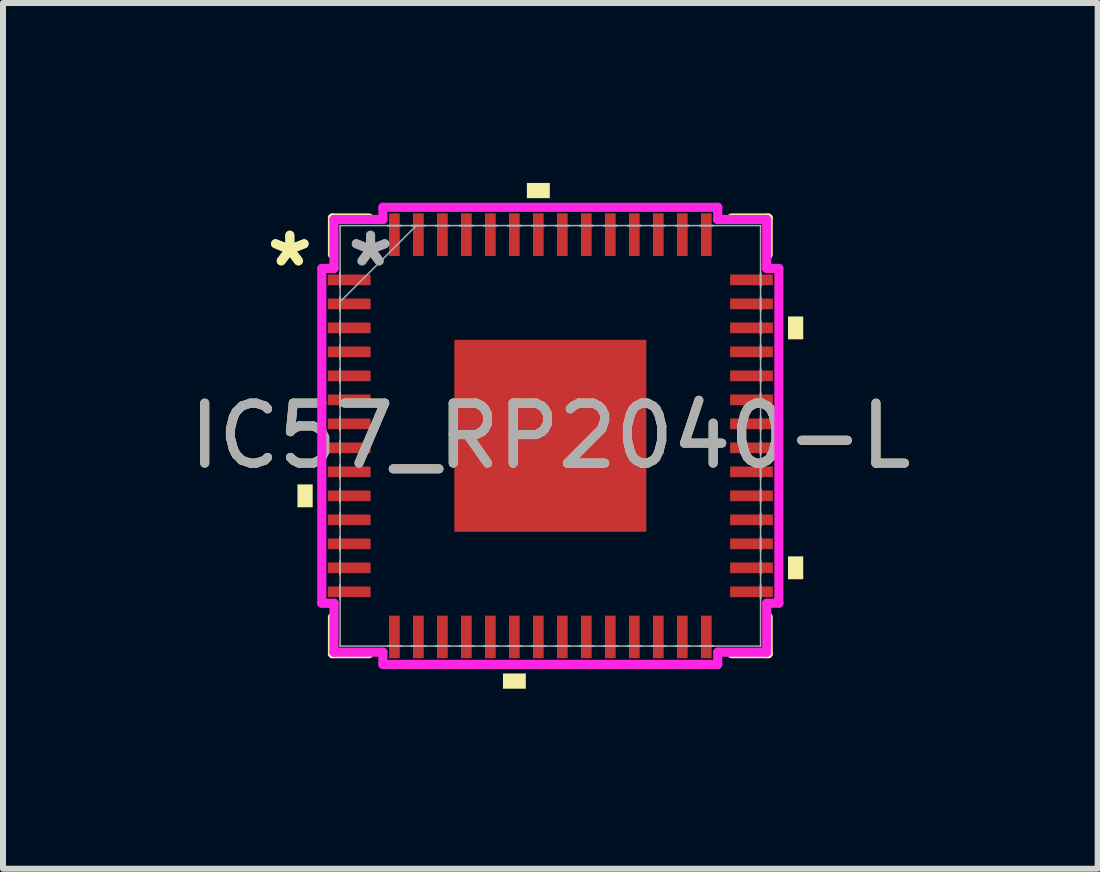
<source format=kicad_pcb>
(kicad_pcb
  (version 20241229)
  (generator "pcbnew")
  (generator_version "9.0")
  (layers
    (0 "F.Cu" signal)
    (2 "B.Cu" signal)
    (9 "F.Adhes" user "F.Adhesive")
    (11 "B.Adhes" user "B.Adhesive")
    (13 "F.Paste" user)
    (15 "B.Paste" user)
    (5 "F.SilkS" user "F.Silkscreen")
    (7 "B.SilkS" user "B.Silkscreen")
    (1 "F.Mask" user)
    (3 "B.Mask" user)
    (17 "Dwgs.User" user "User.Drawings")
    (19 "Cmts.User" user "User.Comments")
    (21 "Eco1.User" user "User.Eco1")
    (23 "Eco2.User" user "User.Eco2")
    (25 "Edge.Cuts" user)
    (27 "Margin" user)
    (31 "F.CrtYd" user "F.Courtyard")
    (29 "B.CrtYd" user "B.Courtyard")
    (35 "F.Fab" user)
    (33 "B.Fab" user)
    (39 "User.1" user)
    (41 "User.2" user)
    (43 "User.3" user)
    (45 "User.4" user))
  (footprint "IC57_RP2040-L"
    (layer "F.Cu")
    (at 6.125 4.216)
    (property "Reference" "IC57_RP2040-L" (at 0 0 0) (unlocked yes) (layer "F.SilkS") (effects (font (size 1 1) (thickness 0.15))))
    (attr smd)
    (fp_line (start -3.632 -3.632) (end -3.632 -3.022) (stroke (width 0.152) (type solid)) (layer "F.SilkS"))
    (fp_line (start -3.632 3.022) (end -3.632 3.632) (stroke (width 0.152) (type solid)) (layer "F.SilkS"))
    (fp_line (start -3.632 3.632) (end -3.022 3.632) (stroke (width 0.152) (type solid)) (layer "F.SilkS"))
    (fp_line (start -3.022 -3.632) (end -3.632 -3.632) (stroke (width 0.152) (type solid)) (layer "F.SilkS"))
    (fp_line (start 3.022 3.632) (end 3.632 3.632) (stroke (width 0.152) (type solid)) (layer "F.SilkS"))
    (fp_line (start 3.632 -3.632) (end 3.022 -3.632) (stroke (width 0.152) (type solid)) (layer "F.SilkS"))
    (fp_line (start 3.632 -3.022) (end 3.632 -3.632) (stroke (width 0.152) (type solid)) (layer "F.SilkS"))
    (fp_line (start 3.632 3.632) (end 3.632 3.022) (stroke (width 0.152) (type solid)) (layer "F.SilkS"))
    (fp_poly (pts (xy -4.216 0.81) (xy -4.216 1.191) (xy -3.962 1.191) (xy -3.962 0.81)) (stroke (width 0) (type solid)) (fill yes) (layer "F.SilkS"))
    (fp_poly (pts (xy -0.79 3.962) (xy -0.79 4.216) (xy -0.409 4.216) (xy -0.409 3.962)) (stroke (width 0) (type solid)) (fill yes) (layer "F.SilkS"))
    (fp_poly (pts (xy -0.391 -3.962) (xy -0.391 -4.216) (xy -0.009 -4.216) (xy -0.009 -3.962)) (stroke (width 0) (type solid)) (fill yes) (layer "F.SilkS"))
    (fp_poly (pts (xy 4.216 -1.99) (xy 4.216 -1.609) (xy 3.962 -1.609) (xy 3.962 -1.99)) (stroke (width 0) (type solid)) (fill yes) (layer "F.SilkS"))
    (fp_poly (pts (xy 4.216 2.01) (xy 4.216 2.391) (xy 3.962 2.391) (xy 3.962 2.01)) (stroke (width 0) (type solid)) (fill yes) (layer "F.SilkS"))
    (fp_poly (pts (xy -1.5 -1.5) (xy -1.5 -0.1) (xy -0.1 -0.1) (xy -0.1 -1.5)) (stroke (width 0) (type solid)) (fill yes) (layer "F.Paste"))
    (fp_poly (pts (xy -1.5 0.1) (xy -1.5 1.5) (xy -0.1 1.5) (xy -0.1 0.1)) (stroke (width 0) (type solid)) (fill yes) (layer "F.Paste"))
    (fp_poly (pts (xy 0.1 -1.5) (xy 0.1 -0.1) (xy 1.5 -0.1) (xy 1.5 -1.5)) (stroke (width 0) (type solid)) (fill yes) (layer "F.Paste"))
    (fp_poly (pts (xy 0.1 0.1) (xy 0.1 1.5) (xy 1.5 1.5) (xy 1.5 0.1)) (stroke (width 0) (type solid)) (fill yes) (layer "F.Paste"))
    (fp_line (start -3.81 -2.791) (end -3.607 -2.791) (stroke (width 0.152) (type solid)) (layer "F.CrtYd"))
    (fp_line (start -3.81 2.791) (end -3.81 -2.791) (stroke (width 0.152) (type solid)) (layer "F.CrtYd"))
    (fp_line (start -3.607 -3.607) (end -2.791 -3.607) (stroke (width 0.152) (type solid)) (layer "F.CrtYd"))
    (fp_line (start -3.607 -2.791) (end -3.607 -3.607) (stroke (width 0.152) (type solid)) (layer "F.CrtYd"))
    (fp_line (start -3.607 2.791) (end -3.81 2.791) (stroke (width 0.152) (type solid)) (layer "F.CrtYd"))
    (fp_line (start -3.607 3.607) (end -3.607 2.791) (stroke (width 0.152) (type solid)) (layer "F.CrtYd"))
    (fp_line (start -2.791 -3.81) (end 2.791 -3.81) (stroke (width 0.152) (type solid)) (layer "F.CrtYd"))
    (fp_line (start -2.791 -3.607) (end -2.791 -3.81) (stroke (width 0.152) (type solid)) (layer "F.CrtYd"))
    (fp_line (start -2.791 3.607) (end -3.607 3.607) (stroke (width 0.152) (type solid)) (layer "F.CrtYd"))
    (fp_line (start -2.791 3.81) (end -2.791 3.607) (stroke (width 0.152) (type solid)) (layer "F.CrtYd"))
    (fp_line (start 2.791 -3.81) (end 2.791 -3.607) (stroke (width 0.152) (type solid)) (layer "F.CrtYd"))
    (fp_line (start 2.791 -3.607) (end 3.607 -3.607) (stroke (width 0.152) (type solid)) (layer "F.CrtYd"))
    (fp_line (start 2.791 3.607) (end 2.791 3.81) (stroke (width 0.152) (type solid)) (layer "F.CrtYd"))
    (fp_line (start 2.791 3.81) (end -2.791 3.81) (stroke (width 0.152) (type solid)) (layer "F.CrtYd"))
    (fp_line (start 3.607 -3.607) (end 3.607 -2.791) (stroke (width 0.152) (type solid)) (layer "F.CrtYd"))
    (fp_line (start 3.607 -2.791) (end 3.81 -2.791) (stroke (width 0.152) (type solid)) (layer "F.CrtYd"))
    (fp_line (start 3.607 2.791) (end 3.607 3.607) (stroke (width 0.152) (type solid)) (layer "F.CrtYd"))
    (fp_line (start 3.607 3.607) (end 2.791 3.607) (stroke (width 0.152) (type solid)) (layer "F.CrtYd"))
    (fp_line (start 3.81 -2.791) (end 3.81 2.791) (stroke (width 0.152) (type solid)) (layer "F.CrtYd"))
    (fp_line (start 3.81 2.791) (end 3.607 2.791) (stroke (width 0.152) (type solid)) (layer "F.CrtYd"))
    (fp_line (start -3.505 -3.505) (end -3.505 -3.505) (stroke (width 0.025) (type solid)) (layer "F.Fab"))
    (fp_line (start -3.505 -3.505) (end -3.505 3.505) (stroke (width 0.025) (type solid)) (layer "F.Fab"))
    (fp_line (start -3.505 -2.714) (end -3.505 -2.714) (stroke (width 0.025) (type solid)) (layer "F.Fab"))
    (fp_line (start -3.505 -2.714) (end -3.505 -2.486) (stroke (width 0.025) (type solid)) (layer "F.Fab"))
    (fp_line (start -3.505 -2.486) (end -3.505 -2.714) (stroke (width 0.025) (type solid)) (layer "F.Fab"))
    (fp_line (start -3.505 -2.486) (end -3.505 -2.486) (stroke (width 0.025) (type solid)) (layer "F.Fab"))
    (fp_line (start -3.505 -2.314) (end -3.505 -2.314) (stroke (width 0.025) (type solid)) (layer "F.Fab"))
    (fp_line (start -3.505 -2.314) (end -3.505 -2.086) (stroke (width 0.025) (type solid)) (layer "F.Fab"))
    (fp_line (start -3.505 -2.235) (end -2.235 -3.505) (stroke (width 0.025) (type solid)) (layer "F.Fab"))
    (fp_line (start -3.505 -2.086) (end -3.505 -2.314) (stroke (width 0.025) (type solid)) (layer "F.Fab"))
    (fp_line (start -3.505 -2.086) (end -3.505 -2.086) (stroke (width 0.025) (type solid)) (layer "F.Fab"))
    (fp_line (start -3.505 -1.914) (end -3.505 -1.914) (stroke (width 0.025) (type solid)) (layer "F.Fab"))
    (fp_line (start -3.505 -1.914) (end -3.505 -1.686) (stroke (width 0.025) (type solid)) (layer "F.Fab"))
    (fp_line (start -3.505 -1.686) (end -3.505 -1.914) (stroke (width 0.025) (type solid)) (layer "F.Fab"))
    (fp_line (start -3.505 -1.686) (end -3.505 -1.686) (stroke (width 0.025) (type solid)) (layer "F.Fab"))
    (fp_line (start -3.505 -1.514) (end -3.505 -1.514) (stroke (width 0.025) (type solid)) (layer "F.Fab"))
    (fp_line (start -3.505 -1.514) (end -3.505 -1.286) (stroke (width 0.025) (type solid)) (layer "F.Fab"))
    (fp_line (start -3.505 -1.286) (end -3.505 -1.514) (stroke (width 0.025) (type solid)) (layer "F.Fab"))
    (fp_line (start -3.505 -1.286) (end -3.505 -1.286) (stroke (width 0.025) (type solid)) (layer "F.Fab"))
    (fp_line (start -3.505 -1.114) (end -3.505 -1.114) (stroke (width 0.025) (type solid)) (layer "F.Fab"))
    (fp_line (start -3.505 -1.114) (end -3.505 -0.886) (stroke (width 0.025) (type solid)) (layer "F.Fab"))
    (fp_line (start -3.505 -0.886) (end -3.505 -1.114) (stroke (width 0.025) (type solid)) (layer "F.Fab"))
    (fp_line (start -3.505 -0.886) (end -3.505 -0.886) (stroke (width 0.025) (type solid)) (layer "F.Fab"))
    (fp_line (start -3.505 -0.714) (end -3.505 -0.714) (stroke (width 0.025) (type solid)) (layer "F.Fab"))
    (fp_line (start -3.505 -0.714) (end -3.505 -0.486) (stroke (width 0.025) (type solid)) (layer "F.Fab"))
    (fp_line (start -3.505 -0.486) (end -3.505 -0.714) (stroke (width 0.025) (type solid)) (layer "F.Fab"))
    (fp_line (start -3.505 -0.486) (end -3.505 -0.486) (stroke (width 0.025) (type solid)) (layer "F.Fab"))
    (fp_line (start -3.505 -0.314) (end -3.505 -0.314) (stroke (width 0.025) (type solid)) (layer "F.Fab"))
    (fp_line (start -3.505 -0.314) (end -3.505 -0.086) (stroke (width 0.025) (type solid)) (layer "F.Fab"))
    (fp_line (start -3.505 -0.086) (end -3.505 -0.314) (stroke (width 0.025) (type solid)) (layer "F.Fab"))
    (fp_line (start -3.505 -0.086) (end -3.505 -0.086) (stroke (width 0.025) (type solid)) (layer "F.Fab"))
    (fp_line (start -3.505 0.086) (end -3.505 0.086) (stroke (width 0.025) (type solid)) (layer "F.Fab"))
    (fp_line (start -3.505 0.086) (end -3.505 0.314) (stroke (width 0.025) (type solid)) (layer "F.Fab"))
    (fp_line (start -3.505 0.314) (end -3.505 0.086) (stroke (width 0.025) (type solid)) (layer "F.Fab"))
    (fp_line (start -3.505 0.314) (end -3.505 0.314) (stroke (width 0.025) (type solid)) (layer "F.Fab"))
    (fp_line (start -3.505 0.486) (end -3.505 0.486) (stroke (width 0.025) (type solid)) (layer "F.Fab"))
    (fp_line (start -3.505 0.486) (end -3.505 0.714) (stroke (width 0.025) (type solid)) (layer "F.Fab"))
    (fp_line (start -3.505 0.714) (end -3.505 0.486) (stroke (width 0.025) (type solid)) (layer "F.Fab"))
    (fp_line (start -3.505 0.714) (end -3.505 0.714) (stroke (width 0.025) (type solid)) (layer "F.Fab"))
    (fp_line (start -3.505 0.886) (end -3.505 0.886) (stroke (width 0.025) (type solid)) (layer "F.Fab"))
    (fp_line (start -3.505 0.886) (end -3.505 1.114) (stroke (width 0.025) (type solid)) (layer "F.Fab"))
    (fp_line (start -3.505 1.114) (end -3.505 0.886) (stroke (width 0.025) (type solid)) (layer "F.Fab"))
    (fp_line (start -3.505 1.114) (end -3.505 1.114) (stroke (width 0.025) (type solid)) (layer "F.Fab"))
    (fp_line (start -3.505 1.286) (end -3.505 1.286) (stroke (width 0.025) (type solid)) (layer "F.Fab"))
    (fp_line (start -3.505 1.286) (end -3.505 1.514) (stroke (width 0.025) (type solid)) (layer "F.Fab"))
    (fp_line (start -3.505 1.514) (end -3.505 1.286) (stroke (width 0.025) (type solid)) (layer "F.Fab"))
    (fp_line (start -3.505 1.514) (end -3.505 1.514) (stroke (width 0.025) (type solid)) (layer "F.Fab"))
    (fp_line (start -3.505 1.686) (end -3.505 1.686) (stroke (width 0.025) (type solid)) (layer "F.Fab"))
    (fp_line (start -3.505 1.686) (end -3.505 1.914) (stroke (width 0.025) (type solid)) (layer "F.Fab"))
    (fp_line (start -3.505 1.914) (end -3.505 1.686) (stroke (width 0.025) (type solid)) (layer "F.Fab"))
    (fp_line (start -3.505 1.914) (end -3.505 1.914) (stroke (width 0.025) (type solid)) (layer "F.Fab"))
    (fp_line (start -3.505 2.086) (end -3.505 2.086) (stroke (width 0.025) (type solid)) (layer "F.Fab"))
    (fp_line (start -3.505 2.086) (end -3.505 2.314) (stroke (width 0.025) (type solid)) (layer "F.Fab"))
    (fp_line (start -3.505 2.314) (end -3.505 2.086) (stroke (width 0.025) (type solid)) (layer "F.Fab"))
    (fp_line (start -3.505 2.314) (end -3.505 2.314) (stroke (width 0.025) (type solid)) (layer "F.Fab"))
    (fp_line (start -3.505 2.486) (end -3.505 2.486) (stroke (width 0.025) (type solid)) (layer "F.Fab"))
    (fp_line (start -3.505 2.486) (end -3.505 2.714) (stroke (width 0.025) (type solid)) (layer "F.Fab"))
    (fp_line (start -3.505 2.714) (end -3.505 2.486) (stroke (width 0.025) (type solid)) (layer "F.Fab"))
    (fp_line (start -3.505 2.714) (end -3.505 2.714) (stroke (width 0.025) (type solid)) (layer "F.Fab"))
    (fp_line (start -3.505 3.505) (end -3.505 3.505) (stroke (width 0.025) (type solid)) (layer "F.Fab"))
    (fp_line (start -3.505 3.505) (end 3.505 3.505) (stroke (width 0.025) (type solid)) (layer "F.Fab"))
    (fp_line (start -2.714 -3.505) (end -2.714 -3.505) (stroke (width 0.025) (type solid)) (layer "F.Fab"))
    (fp_line (start -2.714 -3.505) (end -2.486 -3.505) (stroke (width 0.025) (type solid)) (layer "F.Fab"))
    (fp_line (start -2.714 3.505) (end -2.714 3.505) (stroke (width 0.025) (type solid)) (layer "F.Fab"))
    (fp_line (start -2.714 3.505) (end -2.486 3.505) (stroke (width 0.025) (type solid)) (layer "F.Fab"))
    (fp_line (start -2.486 -3.505) (end -2.714 -3.505) (stroke (width 0.025) (type solid)) (layer "F.Fab"))
    (fp_line (start -2.486 -3.505) (end -2.486 -3.505) (stroke (width 0.025) (type solid)) (layer "F.Fab"))
    (fp_line (start -2.486 3.505) (end -2.714 3.505) (stroke (width 0.025) (type solid)) (layer "F.Fab"))
    (fp_line (start -2.486 3.505) (end -2.486 3.505) (stroke (width 0.025) (type solid)) (layer "F.Fab"))
    (fp_line (start -2.314 -3.505) (end -2.314 -3.505) (stroke (width 0.025) (type solid)) (layer "F.Fab"))
    (fp_line (start -2.314 -3.505) (end -2.086 -3.505) (stroke (width 0.025) (type solid)) (layer "F.Fab"))
    (fp_line (start -2.314 3.505) (end -2.314 3.505) (stroke (width 0.025) (type solid)) (layer "F.Fab"))
    (fp_line (start -2.314 3.505) (end -2.086 3.505) (stroke (width 0.025) (type solid)) (layer "F.Fab"))
    (fp_line (start -2.086 -3.505) (end -2.314 -3.505) (stroke (width 0.025) (type solid)) (layer "F.Fab"))
    (fp_line (start -2.086 -3.505) (end -2.086 -3.505) (stroke (width 0.025) (type solid)) (layer "F.Fab"))
    (fp_line (start -2.086 3.505) (end -2.314 3.505) (stroke (width 0.025) (type solid)) (layer "F.Fab"))
    (fp_line (start -2.086 3.505) (end -2.086 3.505) (stroke (width 0.025) (type solid)) (layer "F.Fab"))
    (fp_line (start -1.914 -3.505) (end -1.914 -3.505) (stroke (width 0.025) (type solid)) (layer "F.Fab"))
    (fp_line (start -1.914 -3.505) (end -1.686 -3.505) (stroke (width 0.025) (type solid)) (layer "F.Fab"))
    (fp_line (start -1.914 3.505) (end -1.914 3.505) (stroke (width 0.025) (type solid)) (layer "F.Fab"))
    (fp_line (start -1.914 3.505) (end -1.686 3.505) (stroke (width 0.025) (type solid)) (layer "F.Fab"))
    (fp_line (start -1.686 -3.505) (end -1.914 -3.505) (stroke (width 0.025) (type solid)) (layer "F.Fab"))
    (fp_line (start -1.686 -3.505) (end -1.686 -3.505) (stroke (width 0.025) (type solid)) (layer "F.Fab"))
    (fp_line (start -1.686 3.505) (end -1.914 3.505) (stroke (width 0.025) (type solid)) (layer "F.Fab"))
    (fp_line (start -1.686 3.505) (end -1.686 3.505) (stroke (width 0.025) (type solid)) (layer "F.Fab"))
    (fp_line (start -1.514 -3.505) (end -1.514 -3.505) (stroke (width 0.025) (type solid)) (layer "F.Fab"))
    (fp_line (start -1.514 -3.505) (end -1.286 -3.505) (stroke (width 0.025) (type solid)) (layer "F.Fab"))
    (fp_line (start -1.514 3.505) (end -1.514 3.505) (stroke (width 0.025) (type solid)) (layer "F.Fab"))
    (fp_line (start -1.514 3.505) (end -1.286 3.505) (stroke (width 0.025) (type solid)) (layer "F.Fab"))
    (fp_line (start -1.286 -3.505) (end -1.514 -3.505) (stroke (width 0.025) (type solid)) (layer "F.Fab"))
    (fp_line (start -1.286 -3.505) (end -1.286 -3.505) (stroke (width 0.025) (type solid)) (layer "F.Fab"))
    (fp_line (start -1.286 3.505) (end -1.514 3.505) (stroke (width 0.025) (type solid)) (layer "F.Fab"))
    (fp_line (start -1.286 3.505) (end -1.286 3.505) (stroke (width 0.025) (type solid)) (layer "F.Fab"))
    (fp_line (start -1.114 -3.505) (end -1.114 -3.505) (stroke (width 0.025) (type solid)) (layer "F.Fab"))
    (fp_line (start -1.114 -3.505) (end -0.886 -3.505) (stroke (width 0.025) (type solid)) (layer "F.Fab"))
    (fp_line (start -1.114 3.505) (end -1.114 3.505) (stroke (width 0.025) (type solid)) (layer "F.Fab"))
    (fp_line (start -1.114 3.505) (end -0.886 3.505) (stroke (width 0.025) (type solid)) (layer "F.Fab"))
    (fp_line (start -0.886 -3.505) (end -1.114 -3.505) (stroke (width 0.025) (type solid)) (layer "F.Fab"))
    (fp_line (start -0.886 -3.505) (end -0.886 -3.505) (stroke (width 0.025) (type solid)) (layer "F.Fab"))
    (fp_line (start -0.886 3.505) (end -1.114 3.505) (stroke (width 0.025) (type solid)) (layer "F.Fab"))
    (fp_line (start -0.886 3.505) (end -0.886 3.505) (stroke (width 0.025) (type solid)) (layer "F.Fab"))
    (fp_line (start -0.714 -3.505) (end -0.714 -3.505) (stroke (width 0.025) (type solid)) (layer "F.Fab"))
    (fp_line (start -0.714 -3.505) (end -0.486 -3.505) (stroke (width 0.025) (type solid)) (layer "F.Fab"))
    (fp_line (start -0.714 3.505) (end -0.714 3.505) (stroke (width 0.025) (type solid)) (layer "F.Fab"))
    (fp_line (start -0.714 3.505) (end -0.486 3.505) (stroke (width 0.025) (type solid)) (layer "F.Fab"))
    (fp_line (start -0.486 -3.505) (end -0.714 -3.505) (stroke (width 0.025) (type solid)) (layer "F.Fab"))
    (fp_line (start -0.486 -3.505) (end -0.486 -3.505) (stroke (width 0.025) (type solid)) (layer "F.Fab"))
    (fp_line (start -0.486 3.505) (end -0.714 3.505) (stroke (width 0.025) (type solid)) (layer "F.Fab"))
    (fp_line (start -0.486 3.505) (end -0.486 3.505) (stroke (width 0.025) (type solid)) (layer "F.Fab"))
    (fp_line (start -0.314 -3.505) (end -0.314 -3.505) (stroke (width 0.025) (type solid)) (layer "F.Fab"))
    (fp_line (start -0.314 -3.505) (end -0.086 -3.505) (stroke (width 0.025) (type solid)) (layer "F.Fab"))
    (fp_line (start -0.314 3.505) (end -0.314 3.505) (stroke (width 0.025) (type solid)) (layer "F.Fab"))
    (fp_line (start -0.314 3.505) (end -0.086 3.505) (stroke (width 0.025) (type solid)) (layer "F.Fab"))
    (fp_line (start -0.086 -3.505) (end -0.314 -3.505) (stroke (width 0.025) (type solid)) (layer "F.Fab"))
    (fp_line (start -0.086 -3.505) (end -0.086 -3.505) (stroke (width 0.025) (type solid)) (layer "F.Fab"))
    (fp_line (start -0.086 3.505) (end -0.314 3.505) (stroke (width 0.025) (type solid)) (layer "F.Fab"))
    (fp_line (start -0.086 3.505) (end -0.086 3.505) (stroke (width 0.025) (type solid)) (layer "F.Fab"))
    (fp_line (start 0.086 -3.505) (end 0.086 -3.505) (stroke (width 0.025) (type solid)) (layer "F.Fab"))
    (fp_line (start 0.086 -3.505) (end 0.314 -3.505) (stroke (width 0.025) (type solid)) (layer "F.Fab"))
    (fp_line (start 0.086 3.505) (end 0.086 3.505) (stroke (width 0.025) (type solid)) (layer "F.Fab"))
    (fp_line (start 0.086 3.505) (end 0.314 3.505) (stroke (width 0.025) (type solid)) (layer "F.Fab"))
    (fp_line (start 0.314 -3.505) (end 0.086 -3.505) (stroke (width 0.025) (type solid)) (layer "F.Fab"))
    (fp_line (start 0.314 -3.505) (end 0.314 -3.505) (stroke (width 0.025) (type solid)) (layer "F.Fab"))
    (fp_line (start 0.314 3.505) (end 0.086 3.505) (stroke (width 0.025) (type solid)) (layer "F.Fab"))
    (fp_line (start 0.314 3.505) (end 0.314 3.505) (stroke (width 0.025) (type solid)) (layer "F.Fab"))
    (fp_line (start 0.486 -3.505) (end 0.486 -3.505) (stroke (width 0.025) (type solid)) (layer "F.Fab"))
    (fp_line (start 0.486 -3.505) (end 0.714 -3.505) (stroke (width 0.025) (type solid)) (layer "F.Fab"))
    (fp_line (start 0.486 3.505) (end 0.486 3.505) (stroke (width 0.025) (type solid)) (layer "F.Fab"))
    (fp_line (start 0.486 3.505) (end 0.714 3.505) (stroke (width 0.025) (type solid)) (layer "F.Fab"))
    (fp_line (start 0.714 -3.505) (end 0.486 -3.505) (stroke (width 0.025) (type solid)) (layer "F.Fab"))
    (fp_line (start 0.714 -3.505) (end 0.714 -3.505) (stroke (width 0.025) (type solid)) (layer "F.Fab"))
    (fp_line (start 0.714 3.505) (end 0.486 3.505) (stroke (width 0.025) (type solid)) (layer "F.Fab"))
    (fp_line (start 0.714 3.505) (end 0.714 3.505) (stroke (width 0.025) (type solid)) (layer "F.Fab"))
    (fp_line (start 0.886 -3.505) (end 0.886 -3.505) (stroke (width 0.025) (type solid)) (layer "F.Fab"))
    (fp_line (start 0.886 -3.505) (end 1.114 -3.505) (stroke (width 0.025) (type solid)) (layer "F.Fab"))
    (fp_line (start 0.886 3.505) (end 0.886 3.505) (stroke (width 0.025) (type solid)) (layer "F.Fab"))
    (fp_line (start 0.886 3.505) (end 1.114 3.505) (stroke (width 0.025) (type solid)) (layer "F.Fab"))
    (fp_line (start 1.114 -3.505) (end 0.886 -3.505) (stroke (width 0.025) (type solid)) (layer "F.Fab"))
    (fp_line (start 1.114 -3.505) (end 1.114 -3.505) (stroke (width 0.025) (type solid)) (layer "F.Fab"))
    (fp_line (start 1.114 3.505) (end 0.886 3.505) (stroke (width 0.025) (type solid)) (layer "F.Fab"))
    (fp_line (start 1.114 3.505) (end 1.114 3.505) (stroke (width 0.025) (type solid)) (layer "F.Fab"))
    (fp_line (start 1.286 -3.505) (end 1.286 -3.505) (stroke (width 0.025) (type solid)) (layer "F.Fab"))
    (fp_line (start 1.286 -3.505) (end 1.514 -3.505) (stroke (width 0.025) (type solid)) (layer "F.Fab"))
    (fp_line (start 1.286 3.505) (end 1.286 3.505) (stroke (width 0.025) (type solid)) (layer "F.Fab"))
    (fp_line (start 1.286 3.505) (end 1.514 3.505) (stroke (width 0.025) (type solid)) (layer "F.Fab"))
    (fp_line (start 1.514 -3.505) (end 1.286 -3.505) (stroke (width 0.025) (type solid)) (layer "F.Fab"))
    (fp_line (start 1.514 -3.505) (end 1.514 -3.505) (stroke (width 0.025) (type solid)) (layer "F.Fab"))
    (fp_line (start 1.514 3.505) (end 1.286 3.505) (stroke (width 0.025) (type solid)) (layer "F.Fab"))
    (fp_line (start 1.514 3.505) (end 1.514 3.505) (stroke (width 0.025) (type solid)) (layer "F.Fab"))
    (fp_line (start 1.686 -3.505) (end 1.686 -3.505) (stroke (width 0.025) (type solid)) (layer "F.Fab"))
    (fp_line (start 1.686 -3.505) (end 1.914 -3.505) (stroke (width 0.025) (type solid)) (layer "F.Fab"))
    (fp_line (start 1.686 3.505) (end 1.686 3.505) (stroke (width 0.025) (type solid)) (layer "F.Fab"))
    (fp_line (start 1.686 3.505) (end 1.914 3.505) (stroke (width 0.025) (type solid)) (layer "F.Fab"))
    (fp_line (start 1.914 -3.505) (end 1.686 -3.505) (stroke (width 0.025) (type solid)) (layer "F.Fab"))
    (fp_line (start 1.914 -3.505) (end 1.914 -3.505) (stroke (width 0.025) (type solid)) (layer "F.Fab"))
    (fp_line (start 1.914 3.505) (end 1.686 3.505) (stroke (width 0.025) (type solid)) (layer "F.Fab"))
    (fp_line (start 1.914 3.505) (end 1.914 3.505) (stroke (width 0.025) (type solid)) (layer "F.Fab"))
    (fp_line (start 2.086 -3.505) (end 2.086 -3.505) (stroke (width 0.025) (type solid)) (layer "F.Fab"))
    (fp_line (start 2.086 -3.505) (end 2.314 -3.505) (stroke (width 0.025) (type solid)) (layer "F.Fab"))
    (fp_line (start 2.086 3.505) (end 2.086 3.505) (stroke (width 0.025) (type solid)) (layer "F.Fab"))
    (fp_line (start 2.086 3.505) (end 2.314 3.505) (stroke (width 0.025) (type solid)) (layer "F.Fab"))
    (fp_line (start 2.314 -3.505) (end 2.086 -3.505) (stroke (width 0.025) (type solid)) (layer "F.Fab"))
    (fp_line (start 2.314 -3.505) (end 2.314 -3.505) (stroke (width 0.025) (type solid)) (layer "F.Fab"))
    (fp_line (start 2.314 3.505) (end 2.086 3.505) (stroke (width 0.025) (type solid)) (layer "F.Fab"))
    (fp_line (start 2.314 3.505) (end 2.314 3.505) (stroke (width 0.025) (type solid)) (layer "F.Fab"))
    (fp_line (start 2.486 -3.505) (end 2.486 -3.505) (stroke (width 0.025) (type solid)) (layer "F.Fab"))
    (fp_line (start 2.486 -3.505) (end 2.714 -3.505) (stroke (width 0.025) (type solid)) (layer "F.Fab"))
    (fp_line (start 2.486 3.505) (end 2.486 3.505) (stroke (width 0.025) (type solid)) (layer "F.Fab"))
    (fp_line (start 2.486 3.505) (end 2.714 3.505) (stroke (width 0.025) (type solid)) (layer "F.Fab"))
    (fp_line (start 2.714 -3.505) (end 2.486 -3.505) (stroke (width 0.025) (type solid)) (layer "F.Fab"))
    (fp_line (start 2.714 -3.505) (end 2.714 -3.505) (stroke (width 0.025) (type solid)) (layer "F.Fab"))
    (fp_line (start 2.714 3.505) (end 2.486 3.505) (stroke (width 0.025) (type solid)) (layer "F.Fab"))
    (fp_line (start 2.714 3.505) (end 2.714 3.505) (stroke (width 0.025) (type solid)) (layer "F.Fab"))
    (fp_line (start 3.505 -3.505) (end -3.505 -3.505) (stroke (width 0.025) (type solid)) (layer "F.Fab"))
    (fp_line (start 3.505 -3.505) (end 3.505 -3.505) (stroke (width 0.025) (type solid)) (layer "F.Fab"))
    (fp_line (start 3.505 -2.714) (end 3.505 -2.714) (stroke (width 0.025) (type solid)) (layer "F.Fab"))
    (fp_line (start 3.505 -2.714) (end 3.505 -2.486) (stroke (width 0.025) (type solid)) (layer "F.Fab"))
    (fp_line (start 3.505 -2.486) (end 3.505 -2.714) (stroke (width 0.025) (type solid)) (layer "F.Fab"))
    (fp_line (start 3.505 -2.486) (end 3.505 -2.486) (stroke (width 0.025) (type solid)) (layer "F.Fab"))
    (fp_line (start 3.505 -2.314) (end 3.505 -2.314) (stroke (width 0.025) (type solid)) (layer "F.Fab"))
    (fp_line (start 3.505 -2.314) (end 3.505 -2.086) (stroke (width 0.025) (type solid)) (layer "F.Fab"))
    (fp_line (start 3.505 -2.086) (end 3.505 -2.314) (stroke (width 0.025) (type solid)) (layer "F.Fab"))
    (fp_line (start 3.505 -2.086) (end 3.505 -2.086) (stroke (width 0.025) (type solid)) (layer "F.Fab"))
    (fp_line (start 3.505 -1.914) (end 3.505 -1.914) (stroke (width 0.025) (type solid)) (layer "F.Fab"))
    (fp_line (start 3.505 -1.914) (end 3.505 -1.686) (stroke (width 0.025) (type solid)) (layer "F.Fab"))
    (fp_line (start 3.505 -1.686) (end 3.505 -1.914) (stroke (width 0.025) (type solid)) (layer "F.Fab"))
    (fp_line (start 3.505 -1.686) (end 3.505 -1.686) (stroke (width 0.025) (type solid)) (layer "F.Fab"))
    (fp_line (start 3.505 -1.514) (end 3.505 -1.514) (stroke (width 0.025) (type solid)) (layer "F.Fab"))
    (fp_line (start 3.505 -1.514) (end 3.505 -1.286) (stroke (width 0.025) (type solid)) (layer "F.Fab"))
    (fp_line (start 3.505 -1.286) (end 3.505 -1.514) (stroke (width 0.025) (type solid)) (layer "F.Fab"))
    (fp_line (start 3.505 -1.286) (end 3.505 -1.286) (stroke (width 0.025) (type solid)) (layer "F.Fab"))
    (fp_line (start 3.505 -1.114) (end 3.505 -1.114) (stroke (width 0.025) (type solid)) (layer "F.Fab"))
    (fp_line (start 3.505 -1.114) (end 3.505 -0.886) (stroke (width 0.025) (type solid)) (layer "F.Fab"))
    (fp_line (start 3.505 -0.886) (end 3.505 -1.114) (stroke (width 0.025) (type solid)) (layer "F.Fab"))
    (fp_line (start 3.505 -0.886) (end 3.505 -0.886) (stroke (width 0.025) (type solid)) (layer "F.Fab"))
    (fp_line (start 3.505 -0.714) (end 3.505 -0.714) (stroke (width 0.025) (type solid)) (layer "F.Fab"))
    (fp_line (start 3.505 -0.714) (end 3.505 -0.486) (stroke (width 0.025) (type solid)) (layer "F.Fab"))
    (fp_line (start 3.505 -0.486) (end 3.505 -0.714) (stroke (width 0.025) (type solid)) (layer "F.Fab"))
    (fp_line (start 3.505 -0.486) (end 3.505 -0.486) (stroke (width 0.025) (type solid)) (layer "F.Fab"))
    (fp_line (start 3.505 -0.314) (end 3.505 -0.314) (stroke (width 0.025) (type solid)) (layer "F.Fab"))
    (fp_line (start 3.505 -0.314) (end 3.505 -0.086) (stroke (width 0.025) (type solid)) (layer "F.Fab"))
    (fp_line (start 3.505 -0.086) (end 3.505 -0.314) (stroke (width 0.025) (type solid)) (layer "F.Fab"))
    (fp_line (start 3.505 -0.086) (end 3.505 -0.086) (stroke (width 0.025) (type solid)) (layer "F.Fab"))
    (fp_line (start 3.505 0.086) (end 3.505 0.086) (stroke (width 0.025) (type solid)) (layer "F.Fab"))
    (fp_line (start 3.505 0.086) (end 3.505 0.314) (stroke (width 0.025) (type solid)) (layer "F.Fab"))
    (fp_line (start 3.505 0.314) (end 3.505 0.086) (stroke (width 0.025) (type solid)) (layer "F.Fab"))
    (fp_line (start 3.505 0.314) (end 3.505 0.314) (stroke (width 0.025) (type solid)) (layer "F.Fab"))
    (fp_line (start 3.505 0.486) (end 3.505 0.486) (stroke (width 0.025) (type solid)) (layer "F.Fab"))
    (fp_line (start 3.505 0.486) (end 3.505 0.714) (stroke (width 0.025) (type solid)) (layer "F.Fab"))
    (fp_line (start 3.505 0.714) (end 3.505 0.486) (stroke (width 0.025) (type solid)) (layer "F.Fab"))
    (fp_line (start 3.505 0.714) (end 3.505 0.714) (stroke (width 0.025) (type solid)) (layer "F.Fab"))
    (fp_line (start 3.505 0.886) (end 3.505 0.886) (stroke (width 0.025) (type solid)) (layer "F.Fab"))
    (fp_line (start 3.505 0.886) (end 3.505 1.114) (stroke (width 0.025) (type solid)) (layer "F.Fab"))
    (fp_line (start 3.505 1.114) (end 3.505 0.886) (stroke (width 0.025) (type solid)) (layer "F.Fab"))
    (fp_line (start 3.505 1.114) (end 3.505 1.114) (stroke (width 0.025) (type solid)) (layer "F.Fab"))
    (fp_line (start 3.505 1.286) (end 3.505 1.286) (stroke (width 0.025) (type solid)) (layer "F.Fab"))
    (fp_line (start 3.505 1.286) (end 3.505 1.514) (stroke (width 0.025) (type solid)) (layer "F.Fab"))
    (fp_line (start 3.505 1.514) (end 3.505 1.286) (stroke (width 0.025) (type solid)) (layer "F.Fab"))
    (fp_line (start 3.505 1.514) (end 3.505 1.514) (stroke (width 0.025) (type solid)) (layer "F.Fab"))
    (fp_line (start 3.505 1.686) (end 3.505 1.686) (stroke (width 0.025) (type solid)) (layer "F.Fab"))
    (fp_line (start 3.505 1.686) (end 3.505 1.914) (stroke (width 0.025) (type solid)) (layer "F.Fab"))
    (fp_line (start 3.505 1.914) (end 3.505 1.686) (stroke (width 0.025) (type solid)) (layer "F.Fab"))
    (fp_line (start 3.505 1.914) (end 3.505 1.914) (stroke (width 0.025) (type solid)) (layer "F.Fab"))
    (fp_line (start 3.505 2.086) (end 3.505 2.086) (stroke (width 0.025) (type solid)) (layer "F.Fab"))
    (fp_line (start 3.505 2.086) (end 3.505 2.314) (stroke (width 0.025) (type solid)) (layer "F.Fab"))
    (fp_line (start 3.505 2.314) (end 3.505 2.086) (stroke (width 0.025) (type solid)) (layer "F.Fab"))
    (fp_line (start 3.505 2.314) (end 3.505 2.314) (stroke (width 0.025) (type solid)) (layer "F.Fab"))
    (fp_line (start 3.505 2.486) (end 3.505 2.486) (stroke (width 0.025) (type solid)) (layer "F.Fab"))
    (fp_line (start 3.505 2.486) (end 3.505 2.714) (stroke (width 0.025) (type solid)) (layer "F.Fab"))
    (fp_line (start 3.505 2.714) (end 3.505 2.486) (stroke (width 0.025) (type solid)) (layer "F.Fab"))
    (fp_line (start 3.505 2.714) (end 3.505 2.714) (stroke (width 0.025) (type solid)) (layer "F.Fab"))
    (fp_line (start 3.505 3.505) (end 3.505 -3.505) (stroke (width 0.025) (type solid)) (layer "F.Fab"))
    (fp_line (start 3.505 3.505) (end 3.505 3.505) (stroke (width 0.025) (type solid)) (layer "F.Fab"))
    (fp_text user "*" (at -4.343 -2.8 0) (layer "F.SilkS") (effects (font (size 1 1) (thickness 0.15))))
    (fp_text user "*" (at -4.343 -2.8 0) (unlocked yes) (layer "F.SilkS") (effects (font (size 1 1) (thickness 0.15))))
    (fp_text user "*" (at -2.997 -2.8 0) (layer "F.Fab") (effects (font (size 1 1) (thickness 0.15))))
    (fp_text user "*" (at -2.997 -2.8 0) (unlocked yes) (layer "F.Fab") (effects (font (size 1 1) (thickness 0.15))))
    (fp_text user "${REFERENCE}" (at 0 0 0) (unlocked yes) (layer "F.Fab") (effects (font (size 1 1) (thickness 0.15))))
    (pad "1" smd rect (at -3.353 -2.6 90) (size 0.178 0.711) (layers "F.Cu" "F.Mask" "F.Paste"))
    (pad "2" smd rect (at -3.353 -2.2 90) (size 0.178 0.711) (layers "F.Cu" "F.Mask" "F.Paste"))
    (pad "3" smd rect (at -3.353 -1.8 90) (size 0.178 0.711) (layers "F.Cu" "F.Mask" "F.Paste"))
    (pad "4" smd rect (at -3.353 -1.4 90) (size 0.178 0.711) (layers "F.Cu" "F.Mask" "F.Paste"))
    (pad "5" smd rect (at -3.353 -1 90) (size 0.178 0.711) (layers "F.Cu" "F.Mask" "F.Paste"))
    (pad "6" smd rect (at -3.353 -0.6 90) (size 0.178 0.711) (layers "F.Cu" "F.Mask" "F.Paste"))
    (pad "7" smd rect (at -3.353 -0.2 90) (size 0.178 0.711) (layers "F.Cu" "F.Mask" "F.Paste"))
    (pad "8" smd rect (at -3.353 0.2 90) (size 0.178 0.711) (layers "F.Cu" "F.Mask" "F.Paste"))
    (pad "9" smd rect (at -3.353 0.6 90) (size 0.178 0.711) (layers "F.Cu" "F.Mask" "F.Paste"))
    (pad "10" smd rect (at -3.353 1 90) (size 0.178 0.711) (layers "F.Cu" "F.Mask" "F.Paste"))
    (pad "11" smd rect (at -3.353 1.4 90) (size 0.178 0.711) (layers "F.Cu" "F.Mask" "F.Paste"))
    (pad "12" smd rect (at -3.353 1.8 90) (size 0.178 0.711) (layers "F.Cu" "F.Mask" "F.Paste"))
    (pad "13" smd rect (at -3.353 2.2 90) (size 0.178 0.711) (layers "F.Cu" "F.Mask" "F.Paste"))
    (pad "14" smd rect (at -3.353 2.6 90) (size 0.178 0.711) (layers "F.Cu" "F.Mask" "F.Paste"))
    (pad "15" smd rect (at -2.6 3.353) (size 0.178 0.711) (layers "F.Cu" "F.Mask" "F.Paste"))
    (pad "16" smd rect (at -2.2 3.353) (size 0.178 0.711) (layers "F.Cu" "F.Mask" "F.Paste"))
    (pad "17" smd rect (at -1.8 3.353) (size 0.178 0.711) (layers "F.Cu" "F.Mask" "F.Paste"))
    (pad "18" smd rect (at -1.4 3.353) (size 0.178 0.711) (layers "F.Cu" "F.Mask" "F.Paste"))
    (pad "19" smd rect (at -1 3.353) (size 0.178 0.711) (layers "F.Cu" "F.Mask" "F.Paste"))
    (pad "20" smd rect (at -0.6 3.353) (size 0.178 0.711) (layers "F.Cu" "F.Mask" "F.Paste"))
    (pad "21" smd rect (at -0.2 3.353) (size 0.178 0.711) (layers "F.Cu" "F.Mask" "F.Paste"))
    (pad "22" smd rect (at 0.2 3.353) (size 0.178 0.711) (layers "F.Cu" "F.Mask" "F.Paste"))
    (pad "23" smd rect (at 0.6 3.353) (size 0.178 0.711) (layers "F.Cu" "F.Mask" "F.Paste"))
    (pad "24" smd rect (at 1 3.353) (size 0.178 0.711) (layers "F.Cu" "F.Mask" "F.Paste"))
    (pad "25" smd rect (at 1.4 3.353) (size 0.178 0.711) (layers "F.Cu" "F.Mask" "F.Paste"))
    (pad "26" smd rect (at 1.8 3.353) (size 0.178 0.711) (layers "F.Cu" "F.Mask" "F.Paste"))
    (pad "27" smd rect (at 2.2 3.353) (size 0.178 0.711) (layers "F.Cu" "F.Mask" "F.Paste"))
    (pad "28" smd rect (at 2.6 3.353) (size 0.178 0.711) (layers "F.Cu" "F.Mask" "F.Paste"))
    (pad "29" smd rect (at 3.353 2.6 90) (size 0.178 0.711) (layers "F.Cu" "F.Mask" "F.Paste"))
    (pad "30" smd rect (at 3.353 2.2 90) (size 0.178 0.711) (layers "F.Cu" "F.Mask" "F.Paste"))
    (pad "31" smd rect (at 3.353 1.8 90) (size 0.178 0.711) (layers "F.Cu" "F.Mask" "F.Paste"))
    (pad "32" smd rect (at 3.353 1.4 90) (size 0.178 0.711) (layers "F.Cu" "F.Mask" "F.Paste"))
    (pad "33" smd rect (at 3.353 1 90) (size 0.178 0.711) (layers "F.Cu" "F.Mask" "F.Paste"))
    (pad "34" smd rect (at 3.353 0.6 90) (size 0.178 0.711) (layers "F.Cu" "F.Mask" "F.Paste"))
    (pad "35" smd rect (at 3.353 0.2 90) (size 0.178 0.711) (layers "F.Cu" "F.Mask" "F.Paste"))
    (pad "36" smd rect (at 3.353 -0.2 90) (size 0.178 0.711) (layers "F.Cu" "F.Mask" "F.Paste"))
    (pad "37" smd rect (at 3.353 -0.6 90) (size 0.178 0.711) (layers "F.Cu" "F.Mask" "F.Paste"))
    (pad "38" smd rect (at 3.353 -1 90) (size 0.178 0.711) (layers "F.Cu" "F.Mask" "F.Paste"))
    (pad "39" smd rect (at 3.353 -1.4 90) (size 0.178 0.711) (layers "F.Cu" "F.Mask" "F.Paste"))
    (pad "40" smd rect (at 3.353 -1.8 90) (size 0.178 0.711) (layers "F.Cu" "F.Mask" "F.Paste"))
    (pad "41" smd rect (at 3.353 -2.2 90) (size 0.178 0.711) (layers "F.Cu" "F.Mask" "F.Paste"))
    (pad "42" smd rect (at 3.353 -2.6 90) (size 0.178 0.711) (layers "F.Cu" "F.Mask" "F.Paste"))
    (pad "43" smd rect (at 2.6 -3.353) (size 0.178 0.711) (layers "F.Cu" "F.Mask" "F.Paste"))
    (pad "44" smd rect (at 2.2 -3.353) (size 0.178 0.711) (layers "F.Cu" "F.Mask" "F.Paste"))
    (pad "45" smd rect (at 1.8 -3.353) (size 0.178 0.711) (layers "F.Cu" "F.Mask" "F.Paste"))
    (pad "46" smd rect (at 1.4 -3.353) (size 0.178 0.711) (layers "F.Cu" "F.Mask" "F.Paste"))
    (pad "47" smd rect (at 1 -3.353) (size 0.178 0.711) (layers "F.Cu" "F.Mask" "F.Paste"))
    (pad "48" smd rect (at 0.6 -3.353) (size 0.178 0.711) (layers "F.Cu" "F.Mask" "F.Paste"))
    (pad "49" smd rect (at 0.2 -3.353) (size 0.178 0.711) (layers "F.Cu" "F.Mask" "F.Paste"))
    (pad "50" smd rect (at -0.2 -3.353) (size 0.178 0.711) (layers "F.Cu" "F.Mask" "F.Paste"))
    (pad "51" smd rect (at -0.6 -3.353) (size 0.178 0.711) (layers "F.Cu" "F.Mask" "F.Paste"))
    (pad "52" smd rect (at -1 -3.353) (size 0.178 0.711) (layers "F.Cu" "F.Mask" "F.Paste"))
    (pad "53" smd rect (at -1.4 -3.353) (size 0.178 0.711) (layers "F.Cu" "F.Mask" "F.Paste"))
    (pad "54" smd rect (at -1.8 -3.353) (size 0.178 0.711) (layers "F.Cu" "F.Mask" "F.Paste"))
    (pad "55" smd rect (at -2.2 -3.353) (size 0.178 0.711) (layers "F.Cu" "F.Mask" "F.Paste"))
    (pad "56" smd rect (at -2.6 -3.353) (size 0.178 0.711) (layers "F.Cu" "F.Mask" "F.Paste"))
    (pad "57" smd rect (at 0 0) (size 3.2 3.2) (layers "F.Cu" "F.Mask")))
  (gr_rect
    (start -3 -3)
    (end 15.25 11.433)
    (stroke (width 0.1) (type default))
    (fill no)
    (layer "Edge.Cuts")))
</source>
